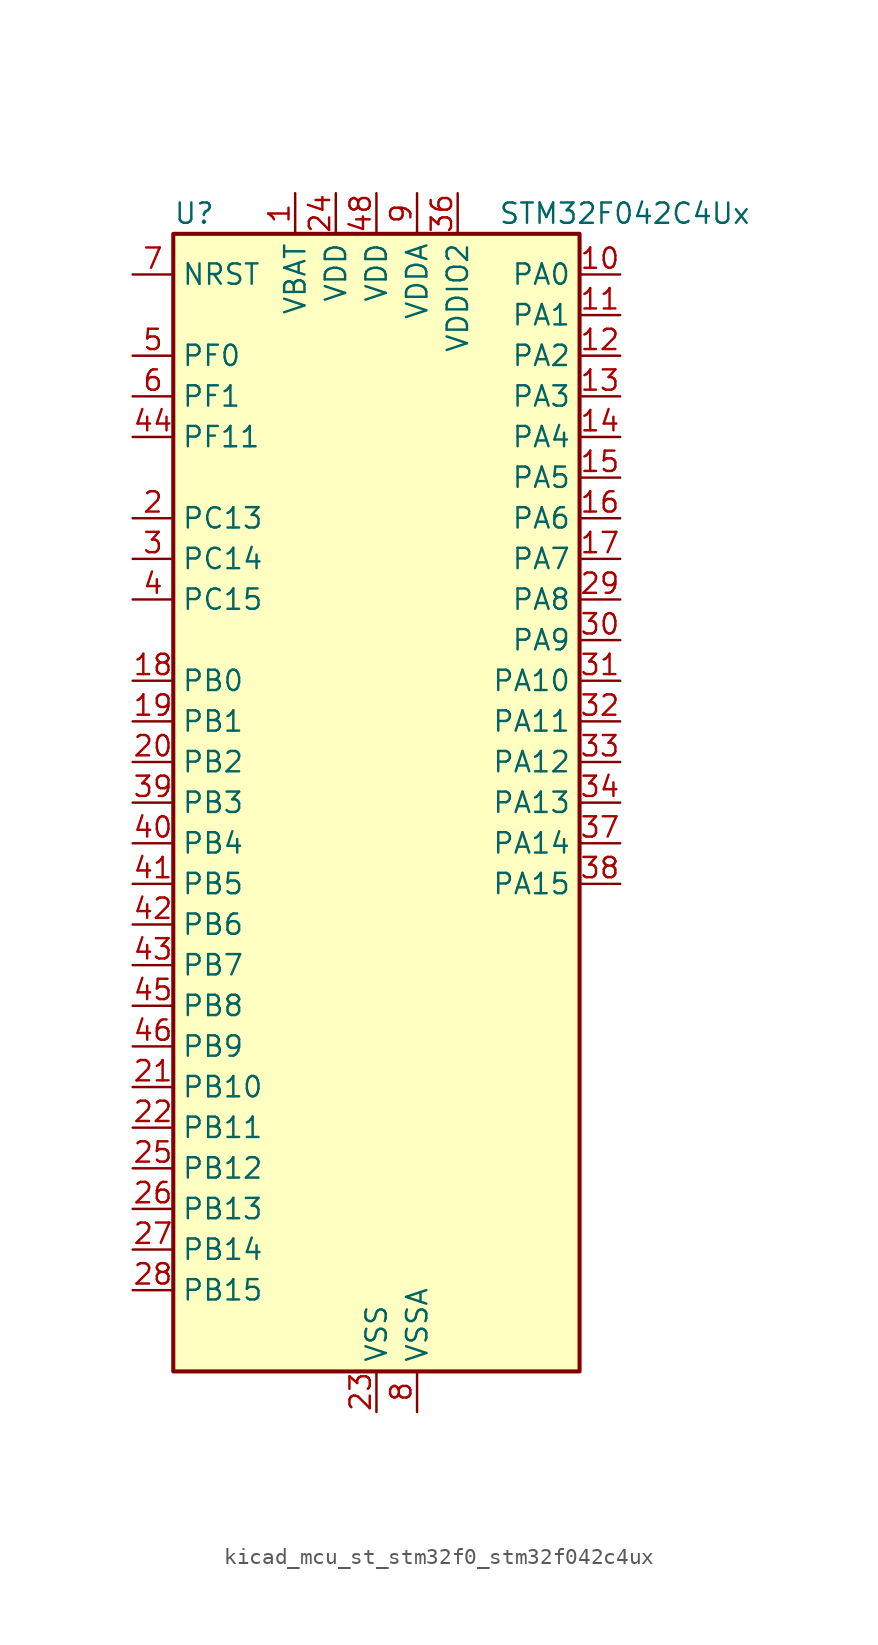
<source format=kicad_sym>
(kicad_symbol_lib
  (version 20220914)
  (generator kicad_symbol_editor)
  (symbol "kicad_mcu_st_stm32f0_stm32f042c4ux"
    (property "Reference" "U"
      (at -12.7 36.83 0)
      (effects (font (size 1.27 1.27)) (justify left)))
    (property "Value" "STM32F042C4Ux"
      (at 7.62 36.83 0)
      (effects (font (size 1.27 1.27)) (justify left)))
    (property "ki_locked" ""
      (at 0 0 0)
      (effects (font (size 1.27 1.27))))
    (symbol "kicad_mcu_st_stm32f0_stm32f042c4ux_0_1"
      (rectangle (start -12.7 -35.56) (end 12.7 35.56) (stroke (width 0.254) (type default)) (fill (type background))))
    (symbol "kicad_mcu_st_stm32f0_stm32f042c4ux_1_1"
      (pin power_in line (at -5.08 38.1 270) (length 2.54) (name "VBAT" (effects (font (size 1.27 1.27)))) (number "1" (effects (font (size 1.27 1.27)))))
      (pin bidirectional line (at 15.24 33.02 180) (length 2.54) (name "PA0" (effects (font (size 1.27 1.27)))) (number "10" (effects (font (size 1.27 1.27)))) (alternate "ADC_IN0" bidirectional line) (alternate "RTC_TAMP2" bidirectional line) (alternate "SYS_WKUP1" bidirectional line) (alternate "TIM2_CH1" bidirectional line) (alternate "TIM2_ETR" bidirectional line) (alternate "TSC_G1_IO1" bidirectional line) (alternate "USART2_CTS" bidirectional line))
      (pin bidirectional line (at 15.24 30.48 180) (length 2.54) (name "PA1" (effects (font (size 1.27 1.27)))) (number "11" (effects (font (size 1.27 1.27)))) (alternate "ADC_IN1" bidirectional line) (alternate "TIM2_CH2" bidirectional line) (alternate "TSC_G1_IO2" bidirectional line) (alternate "USART2_DE" bidirectional line) (alternate "USART2_RTS" bidirectional line))
      (pin bidirectional line (at 15.24 27.94 180) (length 2.54) (name "PA2" (effects (font (size 1.27 1.27)))) (number "12" (effects (font (size 1.27 1.27)))) (alternate "ADC_IN2" bidirectional line) (alternate "SYS_WKUP4" bidirectional line) (alternate "TIM2_CH3" bidirectional line) (alternate "TSC_G1_IO3" bidirectional line) (alternate "USART2_TX" bidirectional line))
      (pin bidirectional line (at 15.24 25.4 180) (length 2.54) (name "PA3" (effects (font (size 1.27 1.27)))) (number "13" (effects (font (size 1.27 1.27)))) (alternate "ADC_IN3" bidirectional line) (alternate "TIM2_CH4" bidirectional line) (alternate "TSC_G1_IO4" bidirectional line) (alternate "USART2_RX" bidirectional line))
      (pin bidirectional line (at 15.24 22.86 180) (length 2.54) (name "PA4" (effects (font (size 1.27 1.27)))) (number "14" (effects (font (size 1.27 1.27)))) (alternate "ADC_IN4" bidirectional line) (alternate "I2S1_WS" bidirectional line) (alternate "SPI1_NSS" bidirectional line) (alternate "TIM14_CH1" bidirectional line) (alternate "TSC_G2_IO1" bidirectional line) (alternate "USART2_CK" bidirectional line) (alternate "USB_NOE" bidirectional line))
      (pin bidirectional line (at 15.24 20.32 180) (length 2.54) (name "PA5" (effects (font (size 1.27 1.27)))) (number "15" (effects (font (size 1.27 1.27)))) (alternate "ADC_IN5" bidirectional line) (alternate "CEC" bidirectional line) (alternate "I2S1_CK" bidirectional line) (alternate "SPI1_SCK" bidirectional line) (alternate "TIM2_CH1" bidirectional line) (alternate "TIM2_ETR" bidirectional line) (alternate "TSC_G2_IO2" bidirectional line))
      (pin bidirectional line (at 15.24 17.78 180) (length 2.54) (name "PA6" (effects (font (size 1.27 1.27)))) (number "16" (effects (font (size 1.27 1.27)))) (alternate "ADC_IN6" bidirectional line) (alternate "I2S1_MCK" bidirectional line) (alternate "SPI1_MISO" bidirectional line) (alternate "TIM16_CH1" bidirectional line) (alternate "TIM1_BKIN" bidirectional line) (alternate "TIM3_CH1" bidirectional line) (alternate "TSC_G2_IO3" bidirectional line))
      (pin bidirectional line (at 15.24 15.24 180) (length 2.54) (name "PA7" (effects (font (size 1.27 1.27)))) (number "17" (effects (font (size 1.27 1.27)))) (alternate "ADC_IN7" bidirectional line) (alternate "I2S1_SD" bidirectional line) (alternate "SPI1_MOSI" bidirectional line) (alternate "TIM14_CH1" bidirectional line) (alternate "TIM17_CH1" bidirectional line) (alternate "TIM1_CH1N" bidirectional line) (alternate "TIM3_CH2" bidirectional line) (alternate "TSC_G2_IO4" bidirectional line))
      (pin bidirectional line (at -15.24 7.62 0) (length 2.54) (name "PB0" (effects (font (size 1.27 1.27)))) (number "18" (effects (font (size 1.27 1.27)))) (alternate "ADC_IN8" bidirectional line) (alternate "TIM1_CH2N" bidirectional line) (alternate "TIM3_CH3" bidirectional line) (alternate "TSC_G3_IO2" bidirectional line))
      (pin bidirectional line (at -15.24 5.08 0) (length 2.54) (name "PB1" (effects (font (size 1.27 1.27)))) (number "19" (effects (font (size 1.27 1.27)))) (alternate "ADC_IN9" bidirectional line) (alternate "TIM14_CH1" bidirectional line) (alternate "TIM1_CH3N" bidirectional line) (alternate "TIM3_CH4" bidirectional line) (alternate "TSC_G3_IO3" bidirectional line))
      (pin bidirectional line (at -15.24 17.78 0) (length 2.54) (name "PC13" (effects (font (size 1.27 1.27)))) (number "2" (effects (font (size 1.27 1.27)))) (alternate "RTC_OUT_ALARM" bidirectional line) (alternate "RTC_OUT_CALIB" bidirectional line) (alternate "RTC_TAMP1" bidirectional line) (alternate "RTC_TS" bidirectional line) (alternate "SYS_WKUP2" bidirectional line))
      (pin bidirectional line (at -15.24 2.54 0) (length 2.54) (name "PB2" (effects (font (size 1.27 1.27)))) (number "20" (effects (font (size 1.27 1.27)))) (alternate "TSC_G3_IO4" bidirectional line))
      (pin bidirectional line (at -15.24 -17.78 0) (length 2.54) (name "PB10" (effects (font (size 1.27 1.27)))) (number "21" (effects (font (size 1.27 1.27)))) (alternate "CEC" bidirectional line) (alternate "I2C1_SCL" bidirectional line) (alternate "SPI2_SCK" bidirectional line) (alternate "TIM2_CH3" bidirectional line) (alternate "TSC_SYNC" bidirectional line))
      (pin bidirectional line (at -15.24 -20.32 0) (length 2.54) (name "PB11" (effects (font (size 1.27 1.27)))) (number "22" (effects (font (size 1.27 1.27)))) (alternate "I2C1_SDA" bidirectional line) (alternate "TIM2_CH4" bidirectional line))
      (pin power_in line (at 0 -38.1 90) (length 2.54) (name "VSS" (effects (font (size 1.27 1.27)))) (number "23" (effects (font (size 1.27 1.27)))))
      (pin power_in line (at -2.54 38.1 270) (length 2.54) (name "VDD" (effects (font (size 1.27 1.27)))) (number "24" (effects (font (size 1.27 1.27)))))
      (pin bidirectional line (at -15.24 -22.86 0) (length 2.54) (name "PB12" (effects (font (size 1.27 1.27)))) (number "25" (effects (font (size 1.27 1.27)))) (alternate "SPI2_NSS" bidirectional line) (alternate "TIM1_BKIN" bidirectional line))
      (pin bidirectional line (at -15.24 -25.4 0) (length 2.54) (name "PB13" (effects (font (size 1.27 1.27)))) (number "26" (effects (font (size 1.27 1.27)))) (alternate "I2C1_SCL" bidirectional line) (alternate "SPI2_SCK" bidirectional line) (alternate "TIM1_CH1N" bidirectional line))
      (pin bidirectional line (at -15.24 -27.94 0) (length 2.54) (name "PB14" (effects (font (size 1.27 1.27)))) (number "27" (effects (font (size 1.27 1.27)))) (alternate "I2C1_SDA" bidirectional line) (alternate "SPI2_MISO" bidirectional line) (alternate "TIM1_CH2N" bidirectional line))
      (pin bidirectional line (at -15.24 -30.48 0) (length 2.54) (name "PB15" (effects (font (size 1.27 1.27)))) (number "28" (effects (font (size 1.27 1.27)))) (alternate "RTC_REFIN" bidirectional line) (alternate "SPI2_MOSI" bidirectional line) (alternate "SYS_WKUP7" bidirectional line) (alternate "TIM1_CH3N" bidirectional line))
      (pin bidirectional line (at 15.24 12.7 180) (length 2.54) (name "PA8" (effects (font (size 1.27 1.27)))) (number "29" (effects (font (size 1.27 1.27)))) (alternate "CRS_SYNC" bidirectional line) (alternate "RCC_MCO" bidirectional line) (alternate "TIM1_CH1" bidirectional line) (alternate "USART1_CK" bidirectional line))
      (pin bidirectional line (at -15.24 15.24 0) (length 2.54) (name "PC14" (effects (font (size 1.27 1.27)))) (number "3" (effects (font (size 1.27 1.27)))) (alternate "RCC_OSC32_IN" bidirectional line))
      (pin bidirectional line (at 15.24 10.16 180) (length 2.54) (name "PA9" (effects (font (size 1.27 1.27)))) (number "30" (effects (font (size 1.27 1.27)))) (alternate "I2C1_SCL" bidirectional line) (alternate "TIM1_CH2" bidirectional line) (alternate "TSC_G4_IO1" bidirectional line) (alternate "USART1_TX" bidirectional line))
      (pin bidirectional line (at 15.24 7.62 180) (length 2.54) (name "PA10" (effects (font (size 1.27 1.27)))) (number "31" (effects (font (size 1.27 1.27)))) (alternate "I2C1_SDA" bidirectional line) (alternate "TIM17_BKIN" bidirectional line) (alternate "TIM1_CH3" bidirectional line) (alternate "TSC_G4_IO2" bidirectional line) (alternate "USART1_RX" bidirectional line))
      (pin bidirectional line (at 15.24 5.08 180) (length 2.54) (name "PA11" (effects (font (size 1.27 1.27)))) (number "32" (effects (font (size 1.27 1.27)))) (alternate "CAN_RX" bidirectional line) (alternate "I2C1_SCL" bidirectional line) (alternate "TIM1_CH4" bidirectional line) (alternate "TSC_G4_IO3" bidirectional line) (alternate "USART1_CTS" bidirectional line) (alternate "USB_DM" bidirectional line))
      (pin bidirectional line (at 15.24 2.54 180) (length 2.54) (name "PA12" (effects (font (size 1.27 1.27)))) (number "33" (effects (font (size 1.27 1.27)))) (alternate "CAN_TX" bidirectional line) (alternate "I2C1_SDA" bidirectional line) (alternate "TIM1_ETR" bidirectional line) (alternate "TSC_G4_IO4" bidirectional line) (alternate "USART1_DE" bidirectional line) (alternate "USART1_RTS" bidirectional line) (alternate "USB_DP" bidirectional line))
      (pin bidirectional line (at 15.24 0 180) (length 2.54) (name "PA13" (effects (font (size 1.27 1.27)))) (number "34" (effects (font (size 1.27 1.27)))) (alternate "IR_OUT" bidirectional line) (alternate "SYS_SWDIO" bidirectional line) (alternate "USB_NOE" bidirectional line))
      (pin passive line (at 0 -38.1 90) (length 2.54) hide (name "VSS" (effects (font (size 1.27 1.27)))) (number "35" (effects (font (size 1.27 1.27)))))
      (pin power_in line (at 5.08 38.1 270) (length 2.54) (name "VDDIO2" (effects (font (size 1.27 1.27)))) (number "36" (effects (font (size 1.27 1.27)))))
      (pin bidirectional line (at 15.24 -2.54 180) (length 2.54) (name "PA14" (effects (font (size 1.27 1.27)))) (number "37" (effects (font (size 1.27 1.27)))) (alternate "SYS_SWCLK" bidirectional line) (alternate "USART2_TX" bidirectional line))
      (pin bidirectional line (at 15.24 -5.08 180) (length 2.54) (name "PA15" (effects (font (size 1.27 1.27)))) (number "38" (effects (font (size 1.27 1.27)))) (alternate "I2S1_WS" bidirectional line) (alternate "SPI1_NSS" bidirectional line) (alternate "TIM2_CH1" bidirectional line) (alternate "TIM2_ETR" bidirectional line) (alternate "USART2_RX" bidirectional line) (alternate "USB_NOE" bidirectional line))
      (pin bidirectional line (at -15.24 0 0) (length 2.54) (name "PB3" (effects (font (size 1.27 1.27)))) (number "39" (effects (font (size 1.27 1.27)))) (alternate "I2S1_CK" bidirectional line) (alternate "SPI1_SCK" bidirectional line) (alternate "TIM2_CH2" bidirectional line) (alternate "TSC_G5_IO1" bidirectional line))
      (pin bidirectional line (at -15.24 12.7 0) (length 2.54) (name "PC15" (effects (font (size 1.27 1.27)))) (number "4" (effects (font (size 1.27 1.27)))) (alternate "RCC_OSC32_OUT" bidirectional line))
      (pin bidirectional line (at -15.24 -2.54 0) (length 2.54) (name "PB4" (effects (font (size 1.27 1.27)))) (number "40" (effects (font (size 1.27 1.27)))) (alternate "I2S1_MCK" bidirectional line) (alternate "SPI1_MISO" bidirectional line) (alternate "TIM17_BKIN" bidirectional line) (alternate "TIM3_CH1" bidirectional line) (alternate "TSC_G5_IO2" bidirectional line))
      (pin bidirectional line (at -15.24 -5.08 0) (length 2.54) (name "PB5" (effects (font (size 1.27 1.27)))) (number "41" (effects (font (size 1.27 1.27)))) (alternate "I2C1_SMBA" bidirectional line) (alternate "I2S1_SD" bidirectional line) (alternate "SPI1_MOSI" bidirectional line) (alternate "SYS_WKUP6" bidirectional line) (alternate "TIM16_BKIN" bidirectional line) (alternate "TIM3_CH2" bidirectional line))
      (pin bidirectional line (at -15.24 -7.62 0) (length 2.54) (name "PB6" (effects (font (size 1.27 1.27)))) (number "42" (effects (font (size 1.27 1.27)))) (alternate "I2C1_SCL" bidirectional line) (alternate "TIM16_CH1N" bidirectional line) (alternate "TSC_G5_IO3" bidirectional line) (alternate "USART1_TX" bidirectional line))
      (pin bidirectional line (at -15.24 -10.16 0) (length 2.54) (name "PB7" (effects (font (size 1.27 1.27)))) (number "43" (effects (font (size 1.27 1.27)))) (alternate "I2C1_SDA" bidirectional line) (alternate "TIM17_CH1N" bidirectional line) (alternate "TSC_G5_IO4" bidirectional line) (alternate "USART1_RX" bidirectional line))
      (pin bidirectional line (at -15.24 22.86 0) (length 2.54) (name "PF11" (effects (font (size 1.27 1.27)))) (number "44" (effects (font (size 1.27 1.27)))))
      (pin bidirectional line (at -15.24 -12.7 0) (length 2.54) (name "PB8" (effects (font (size 1.27 1.27)))) (number "45" (effects (font (size 1.27 1.27)))) (alternate "CAN_RX" bidirectional line) (alternate "CEC" bidirectional line) (alternate "I2C1_SCL" bidirectional line) (alternate "TIM16_CH1" bidirectional line) (alternate "TSC_SYNC" bidirectional line))
      (pin bidirectional line (at -15.24 -15.24 0) (length 2.54) (name "PB9" (effects (font (size 1.27 1.27)))) (number "46" (effects (font (size 1.27 1.27)))) (alternate "CAN_TX" bidirectional line) (alternate "I2C1_SDA" bidirectional line) (alternate "IR_OUT" bidirectional line) (alternate "SPI2_NSS" bidirectional line) (alternate "TIM17_CH1" bidirectional line))
      (pin passive line (at 0 -38.1 90) (length 2.54) hide (name "VSS" (effects (font (size 1.27 1.27)))) (number "47" (effects (font (size 1.27 1.27)))))
      (pin power_in line (at 0 38.1 270) (length 2.54) (name "VDD" (effects (font (size 1.27 1.27)))) (number "48" (effects (font (size 1.27 1.27)))))
      (pin passive line (at 0 -38.1 90) (length 2.54) hide (name "VSS" (effects (font (size 1.27 1.27)))) (number "49" (effects (font (size 1.27 1.27)))))
      (pin bidirectional line (at -15.24 27.94 0) (length 2.54) (name "PF0" (effects (font (size 1.27 1.27)))) (number "5" (effects (font (size 1.27 1.27)))) (alternate "CRS_SYNC" bidirectional line) (alternate "I2C1_SDA" bidirectional line) (alternate "RCC_OSC_IN" bidirectional line))
      (pin bidirectional line (at -15.24 25.4 0) (length 2.54) (name "PF1" (effects (font (size 1.27 1.27)))) (number "6" (effects (font (size 1.27 1.27)))) (alternate "I2C1_SCL" bidirectional line) (alternate "RCC_OSC_OUT" bidirectional line))
      (pin input line (at -15.24 33.02 0) (length 2.54) (name "NRST" (effects (font (size 1.27 1.27)))) (number "7" (effects (font (size 1.27 1.27)))))
      (pin power_in line (at 2.54 -38.1 90) (length 2.54) (name "VSSA" (effects (font (size 1.27 1.27)))) (number "8" (effects (font (size 1.27 1.27)))))
      (pin power_in line (at 2.54 38.1 270) (length 2.54) (name "VDDA" (effects (font (size 1.27 1.27)))) (number "9" (effects (font (size 1.27 1.27))))))))
</source>
